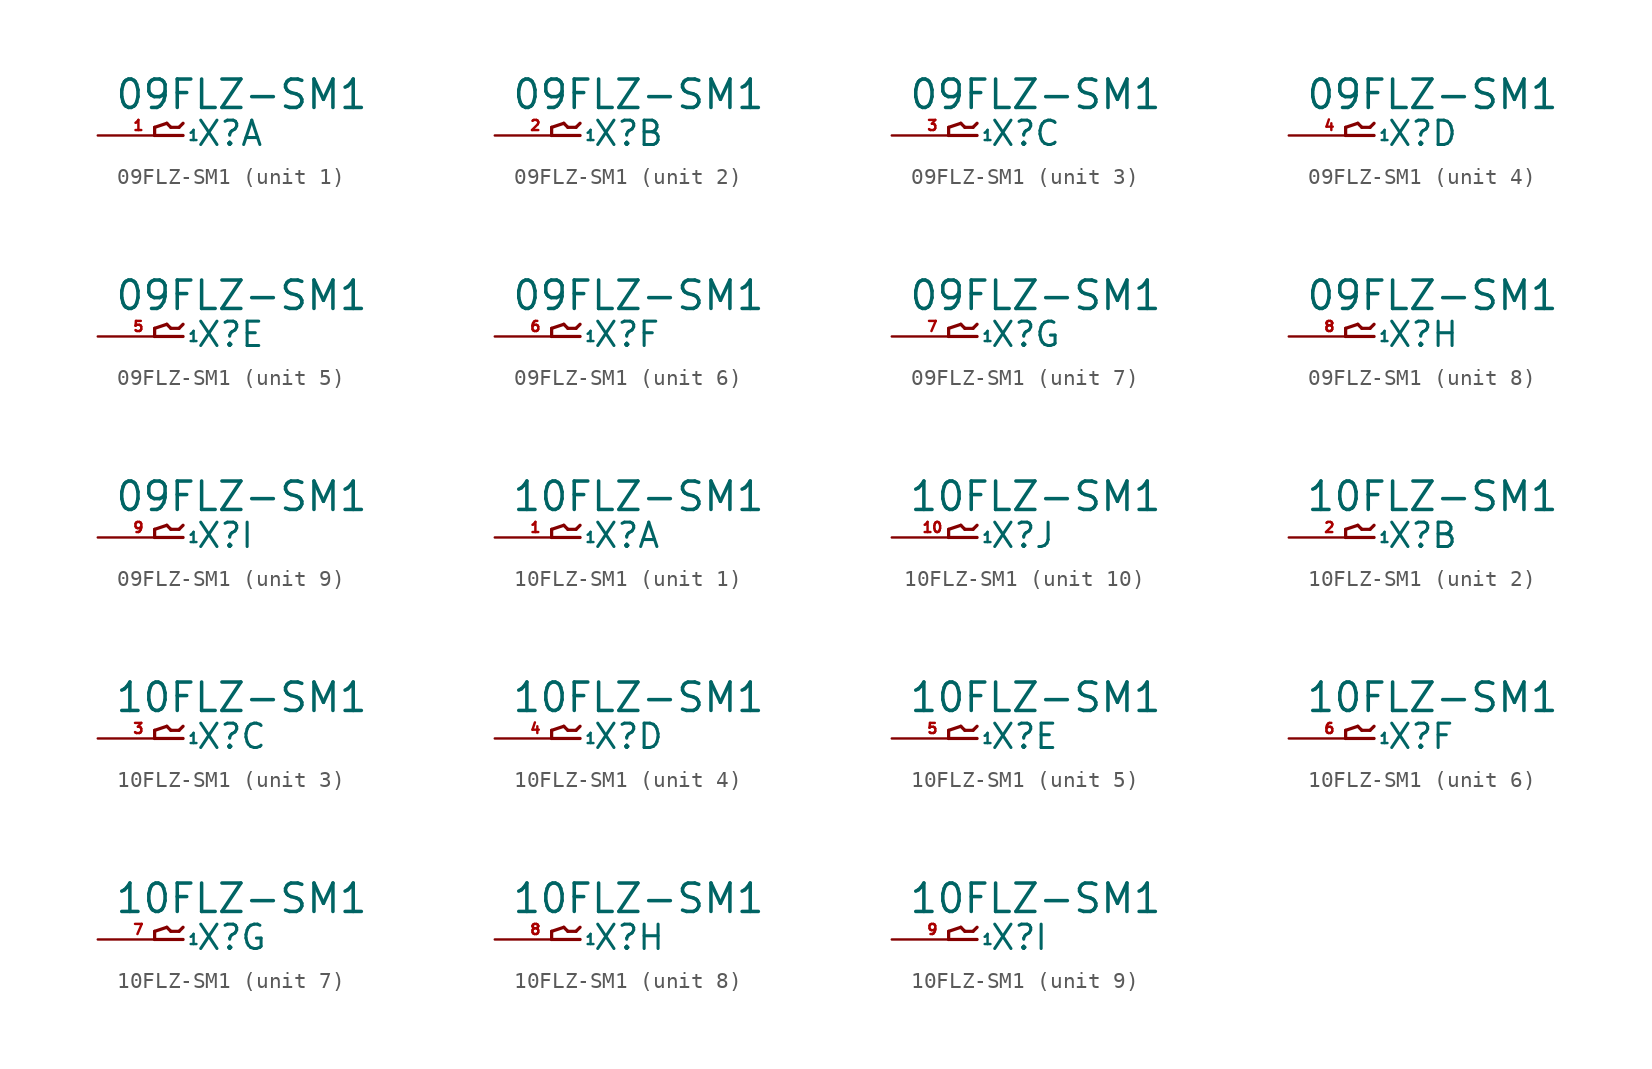
<source format=kicad_sym>
(kicad_symbol_lib
  (version 20220914)
  (generator Eagle2Kicad)
  (symbol "09FLZ-SM1"
    (property "Reference" "X"
      (at 1.016 -0.762 0)
      (effects (font (size 1.524 1.524) (thickness 0.19)) (justify left bottom)))
    (property "Value" "09FLZ-SM1"
      (at -4.064 1.524 0)
      (effects (font (size 1.778 1.778) (thickness 0.22)) (justify left bottom)))
    (symbol "09FLZ-SM1_1_0"
      (polyline (pts (xy 0.254 0) (xy -1.524 0)) (stroke (width 0.203) (type default)) (fill (type none)))
      (polyline (pts (xy -1.524 0) (xy -1.524 0.508)) (stroke (width 0.203) (type default)) (fill (type none)))
      (polyline (pts (xy -1.524 0.508) (xy -0.762 0.762)) (stroke (width 0.203) (type default)) (fill (type none)))
      (polyline (pts (xy -0.762 0.762) (xy -0.508 0.508)) (stroke (width 0.203) (type default)) (fill (type none)))
      (polyline (pts (xy -0.508 0.508) (xy 0 0.508)) (stroke (width 0.203) (type default)) (fill (type none)))
      (polyline (pts (xy 0 0.508) (xy 0.254 0.762)) (stroke (width 0.203) (type default)) (fill (type none)))
      (pin passive line (at -5.08 0 0) (length 5.08) (name "1" (effects (font (size 0.635 0.635) (thickness 0.08)) (justify left bottom))) (number "1" (effects (font (size 0.635 0.635) (thickness 0.08)) (justify left bottom)))))
    (symbol "09FLZ-SM1_2_0"
      (polyline (pts (xy 0.254 0) (xy -1.524 0)) (stroke (width 0.203) (type default)) (fill (type none)))
      (polyline (pts (xy -1.524 0) (xy -1.524 0.508)) (stroke (width 0.203) (type default)) (fill (type none)))
      (polyline (pts (xy -1.524 0.508) (xy -0.762 0.762)) (stroke (width 0.203) (type default)) (fill (type none)))
      (polyline (pts (xy -0.762 0.762) (xy -0.508 0.508)) (stroke (width 0.203) (type default)) (fill (type none)))
      (polyline (pts (xy -0.508 0.508) (xy 0 0.508)) (stroke (width 0.203) (type default)) (fill (type none)))
      (polyline (pts (xy 0 0.508) (xy 0.254 0.762)) (stroke (width 0.203) (type default)) (fill (type none)))
      (pin passive line (at -5.08 0 0) (length 5.08) (name "1" (effects (font (size 0.635 0.635) (thickness 0.08)) (justify left bottom))) (number "2" (effects (font (size 0.635 0.635) (thickness 0.08)) (justify left bottom)))))
    (symbol "09FLZ-SM1_3_0"
      (polyline (pts (xy 0.254 0) (xy -1.524 0)) (stroke (width 0.203) (type default)) (fill (type none)))
      (polyline (pts (xy -1.524 0) (xy -1.524 0.508)) (stroke (width 0.203) (type default)) (fill (type none)))
      (polyline (pts (xy -1.524 0.508) (xy -0.762 0.762)) (stroke (width 0.203) (type default)) (fill (type none)))
      (polyline (pts (xy -0.762 0.762) (xy -0.508 0.508)) (stroke (width 0.203) (type default)) (fill (type none)))
      (polyline (pts (xy -0.508 0.508) (xy 0 0.508)) (stroke (width 0.203) (type default)) (fill (type none)))
      (polyline (pts (xy 0 0.508) (xy 0.254 0.762)) (stroke (width 0.203) (type default)) (fill (type none)))
      (pin passive line (at -5.08 0 0) (length 5.08) (name "1" (effects (font (size 0.635 0.635) (thickness 0.08)) (justify left bottom))) (number "3" (effects (font (size 0.635 0.635) (thickness 0.08)) (justify left bottom)))))
    (symbol "09FLZ-SM1_4_0"
      (polyline (pts (xy 0.254 0) (xy -1.524 0)) (stroke (width 0.203) (type default)) (fill (type none)))
      (polyline (pts (xy -1.524 0) (xy -1.524 0.508)) (stroke (width 0.203) (type default)) (fill (type none)))
      (polyline (pts (xy -1.524 0.508) (xy -0.762 0.762)) (stroke (width 0.203) (type default)) (fill (type none)))
      (polyline (pts (xy -0.762 0.762) (xy -0.508 0.508)) (stroke (width 0.203) (type default)) (fill (type none)))
      (polyline (pts (xy -0.508 0.508) (xy 0 0.508)) (stroke (width 0.203) (type default)) (fill (type none)))
      (polyline (pts (xy 0 0.508) (xy 0.254 0.762)) (stroke (width 0.203) (type default)) (fill (type none)))
      (pin passive line (at -5.08 0 0) (length 5.08) (name "1" (effects (font (size 0.635 0.635) (thickness 0.08)) (justify left bottom))) (number "4" (effects (font (size 0.635 0.635) (thickness 0.08)) (justify left bottom)))))
    (symbol "09FLZ-SM1_5_0"
      (polyline (pts (xy 0.254 0) (xy -1.524 0)) (stroke (width 0.203) (type default)) (fill (type none)))
      (polyline (pts (xy -1.524 0) (xy -1.524 0.508)) (stroke (width 0.203) (type default)) (fill (type none)))
      (polyline (pts (xy -1.524 0.508) (xy -0.762 0.762)) (stroke (width 0.203) (type default)) (fill (type none)))
      (polyline (pts (xy -0.762 0.762) (xy -0.508 0.508)) (stroke (width 0.203) (type default)) (fill (type none)))
      (polyline (pts (xy -0.508 0.508) (xy 0 0.508)) (stroke (width 0.203) (type default)) (fill (type none)))
      (polyline (pts (xy 0 0.508) (xy 0.254 0.762)) (stroke (width 0.203) (type default)) (fill (type none)))
      (pin passive line (at -5.08 0 0) (length 5.08) (name "1" (effects (font (size 0.635 0.635) (thickness 0.08)) (justify left bottom))) (number "5" (effects (font (size 0.635 0.635) (thickness 0.08)) (justify left bottom)))))
    (symbol "09FLZ-SM1_6_0"
      (polyline (pts (xy 0.254 0) (xy -1.524 0)) (stroke (width 0.203) (type default)) (fill (type none)))
      (polyline (pts (xy -1.524 0) (xy -1.524 0.508)) (stroke (width 0.203) (type default)) (fill (type none)))
      (polyline (pts (xy -1.524 0.508) (xy -0.762 0.762)) (stroke (width 0.203) (type default)) (fill (type none)))
      (polyline (pts (xy -0.762 0.762) (xy -0.508 0.508)) (stroke (width 0.203) (type default)) (fill (type none)))
      (polyline (pts (xy -0.508 0.508) (xy 0 0.508)) (stroke (width 0.203) (type default)) (fill (type none)))
      (polyline (pts (xy 0 0.508) (xy 0.254 0.762)) (stroke (width 0.203) (type default)) (fill (type none)))
      (pin passive line (at -5.08 0 0) (length 5.08) (name "1" (effects (font (size 0.635 0.635) (thickness 0.08)) (justify left bottom))) (number "6" (effects (font (size 0.635 0.635) (thickness 0.08)) (justify left bottom)))))
    (symbol "09FLZ-SM1_7_0"
      (polyline (pts (xy 0.254 0) (xy -1.524 0)) (stroke (width 0.203) (type default)) (fill (type none)))
      (polyline (pts (xy -1.524 0) (xy -1.524 0.508)) (stroke (width 0.203) (type default)) (fill (type none)))
      (polyline (pts (xy -1.524 0.508) (xy -0.762 0.762)) (stroke (width 0.203) (type default)) (fill (type none)))
      (polyline (pts (xy -0.762 0.762) (xy -0.508 0.508)) (stroke (width 0.203) (type default)) (fill (type none)))
      (polyline (pts (xy -0.508 0.508) (xy 0 0.508)) (stroke (width 0.203) (type default)) (fill (type none)))
      (polyline (pts (xy 0 0.508) (xy 0.254 0.762)) (stroke (width 0.203) (type default)) (fill (type none)))
      (pin passive line (at -5.08 0 0) (length 5.08) (name "1" (effects (font (size 0.635 0.635) (thickness 0.08)) (justify left bottom))) (number "7" (effects (font (size 0.635 0.635) (thickness 0.08)) (justify left bottom)))))
    (symbol "09FLZ-SM1_8_0"
      (polyline (pts (xy 0.254 0) (xy -1.524 0)) (stroke (width 0.203) (type default)) (fill (type none)))
      (polyline (pts (xy -1.524 0) (xy -1.524 0.508)) (stroke (width 0.203) (type default)) (fill (type none)))
      (polyline (pts (xy -1.524 0.508) (xy -0.762 0.762)) (stroke (width 0.203) (type default)) (fill (type none)))
      (polyline (pts (xy -0.762 0.762) (xy -0.508 0.508)) (stroke (width 0.203) (type default)) (fill (type none)))
      (polyline (pts (xy -0.508 0.508) (xy 0 0.508)) (stroke (width 0.203) (type default)) (fill (type none)))
      (polyline (pts (xy 0 0.508) (xy 0.254 0.762)) (stroke (width 0.203) (type default)) (fill (type none)))
      (pin passive line (at -5.08 0 0) (length 5.08) (name "1" (effects (font (size 0.635 0.635) (thickness 0.08)) (justify left bottom))) (number "8" (effects (font (size 0.635 0.635) (thickness 0.08)) (justify left bottom)))))
    (symbol "09FLZ-SM1_9_0"
      (polyline (pts (xy 0.254 0) (xy -1.524 0)) (stroke (width 0.203) (type default)) (fill (type none)))
      (polyline (pts (xy -1.524 0) (xy -1.524 0.508)) (stroke (width 0.203) (type default)) (fill (type none)))
      (polyline (pts (xy -1.524 0.508) (xy -0.762 0.762)) (stroke (width 0.203) (type default)) (fill (type none)))
      (polyline (pts (xy -0.762 0.762) (xy -0.508 0.508)) (stroke (width 0.203) (type default)) (fill (type none)))
      (polyline (pts (xy -0.508 0.508) (xy 0 0.508)) (stroke (width 0.203) (type default)) (fill (type none)))
      (polyline (pts (xy 0 0.508) (xy 0.254 0.762)) (stroke (width 0.203) (type default)) (fill (type none)))
      (pin passive line (at -5.08 0 0) (length 5.08) (name "1" (effects (font (size 0.635 0.635) (thickness 0.08)) (justify left bottom))) (number "9" (effects (font (size 0.635 0.635) (thickness 0.08)) (justify left bottom))))))
  (symbol "10FLZ-SM1"
    (property "Reference" "X"
      (at 1.016 -0.762 0)
      (effects (font (size 1.524 1.524) (thickness 0.19)) (justify left bottom)))
    (property "Value" "10FLZ-SM1"
      (at -4.064 1.524 0)
      (effects (font (size 1.778 1.778) (thickness 0.22)) (justify left bottom)))
    (symbol "10FLZ-SM1_1_0"
      (polyline (pts (xy 0.254 0) (xy -1.524 0)) (stroke (width 0.203) (type default)) (fill (type none)))
      (polyline (pts (xy -1.524 0) (xy -1.524 0.508)) (stroke (width 0.203) (type default)) (fill (type none)))
      (polyline (pts (xy -1.524 0.508) (xy -0.762 0.762)) (stroke (width 0.203) (type default)) (fill (type none)))
      (polyline (pts (xy -0.762 0.762) (xy -0.508 0.508)) (stroke (width 0.203) (type default)) (fill (type none)))
      (polyline (pts (xy -0.508 0.508) (xy 0 0.508)) (stroke (width 0.203) (type default)) (fill (type none)))
      (polyline (pts (xy 0 0.508) (xy 0.254 0.762)) (stroke (width 0.203) (type default)) (fill (type none)))
      (pin passive line (at -5.08 0 0) (length 5.08) (name "1" (effects (font (size 0.635 0.635) (thickness 0.08)) (justify left bottom))) (number "1" (effects (font (size 0.635 0.635) (thickness 0.08)) (justify left bottom)))))
    (symbol "10FLZ-SM1_2_0"
      (polyline (pts (xy 0.254 0) (xy -1.524 0)) (stroke (width 0.203) (type default)) (fill (type none)))
      (polyline (pts (xy -1.524 0) (xy -1.524 0.508)) (stroke (width 0.203) (type default)) (fill (type none)))
      (polyline (pts (xy -1.524 0.508) (xy -0.762 0.762)) (stroke (width 0.203) (type default)) (fill (type none)))
      (polyline (pts (xy -0.762 0.762) (xy -0.508 0.508)) (stroke (width 0.203) (type default)) (fill (type none)))
      (polyline (pts (xy -0.508 0.508) (xy 0 0.508)) (stroke (width 0.203) (type default)) (fill (type none)))
      (polyline (pts (xy 0 0.508) (xy 0.254 0.762)) (stroke (width 0.203) (type default)) (fill (type none)))
      (pin passive line (at -5.08 0 0) (length 5.08) (name "1" (effects (font (size 0.635 0.635) (thickness 0.08)) (justify left bottom))) (number "2" (effects (font (size 0.635 0.635) (thickness 0.08)) (justify left bottom)))))
    (symbol "10FLZ-SM1_3_0"
      (polyline (pts (xy 0.254 0) (xy -1.524 0)) (stroke (width 0.203) (type default)) (fill (type none)))
      (polyline (pts (xy -1.524 0) (xy -1.524 0.508)) (stroke (width 0.203) (type default)) (fill (type none)))
      (polyline (pts (xy -1.524 0.508) (xy -0.762 0.762)) (stroke (width 0.203) (type default)) (fill (type none)))
      (polyline (pts (xy -0.762 0.762) (xy -0.508 0.508)) (stroke (width 0.203) (type default)) (fill (type none)))
      (polyline (pts (xy -0.508 0.508) (xy 0 0.508)) (stroke (width 0.203) (type default)) (fill (type none)))
      (polyline (pts (xy 0 0.508) (xy 0.254 0.762)) (stroke (width 0.203) (type default)) (fill (type none)))
      (pin passive line (at -5.08 0 0) (length 5.08) (name "1" (effects (font (size 0.635 0.635) (thickness 0.08)) (justify left bottom))) (number "3" (effects (font (size 0.635 0.635) (thickness 0.08)) (justify left bottom)))))
    (symbol "10FLZ-SM1_4_0"
      (polyline (pts (xy 0.254 0) (xy -1.524 0)) (stroke (width 0.203) (type default)) (fill (type none)))
      (polyline (pts (xy -1.524 0) (xy -1.524 0.508)) (stroke (width 0.203) (type default)) (fill (type none)))
      (polyline (pts (xy -1.524 0.508) (xy -0.762 0.762)) (stroke (width 0.203) (type default)) (fill (type none)))
      (polyline (pts (xy -0.762 0.762) (xy -0.508 0.508)) (stroke (width 0.203) (type default)) (fill (type none)))
      (polyline (pts (xy -0.508 0.508) (xy 0 0.508)) (stroke (width 0.203) (type default)) (fill (type none)))
      (polyline (pts (xy 0 0.508) (xy 0.254 0.762)) (stroke (width 0.203) (type default)) (fill (type none)))
      (pin passive line (at -5.08 0 0) (length 5.08) (name "1" (effects (font (size 0.635 0.635) (thickness 0.08)) (justify left bottom))) (number "4" (effects (font (size 0.635 0.635) (thickness 0.08)) (justify left bottom)))))
    (symbol "10FLZ-SM1_5_0"
      (polyline (pts (xy 0.254 0) (xy -1.524 0)) (stroke (width 0.203) (type default)) (fill (type none)))
      (polyline (pts (xy -1.524 0) (xy -1.524 0.508)) (stroke (width 0.203) (type default)) (fill (type none)))
      (polyline (pts (xy -1.524 0.508) (xy -0.762 0.762)) (stroke (width 0.203) (type default)) (fill (type none)))
      (polyline (pts (xy -0.762 0.762) (xy -0.508 0.508)) (stroke (width 0.203) (type default)) (fill (type none)))
      (polyline (pts (xy -0.508 0.508) (xy 0 0.508)) (stroke (width 0.203) (type default)) (fill (type none)))
      (polyline (pts (xy 0 0.508) (xy 0.254 0.762)) (stroke (width 0.203) (type default)) (fill (type none)))
      (pin passive line (at -5.08 0 0) (length 5.08) (name "1" (effects (font (size 0.635 0.635) (thickness 0.08)) (justify left bottom))) (number "5" (effects (font (size 0.635 0.635) (thickness 0.08)) (justify left bottom)))))
    (symbol "10FLZ-SM1_6_0"
      (polyline (pts (xy 0.254 0) (xy -1.524 0)) (stroke (width 0.203) (type default)) (fill (type none)))
      (polyline (pts (xy -1.524 0) (xy -1.524 0.508)) (stroke (width 0.203) (type default)) (fill (type none)))
      (polyline (pts (xy -1.524 0.508) (xy -0.762 0.762)) (stroke (width 0.203) (type default)) (fill (type none)))
      (polyline (pts (xy -0.762 0.762) (xy -0.508 0.508)) (stroke (width 0.203) (type default)) (fill (type none)))
      (polyline (pts (xy -0.508 0.508) (xy 0 0.508)) (stroke (width 0.203) (type default)) (fill (type none)))
      (polyline (pts (xy 0 0.508) (xy 0.254 0.762)) (stroke (width 0.203) (type default)) (fill (type none)))
      (pin passive line (at -5.08 0 0) (length 5.08) (name "1" (effects (font (size 0.635 0.635) (thickness 0.08)) (justify left bottom))) (number "6" (effects (font (size 0.635 0.635) (thickness 0.08)) (justify left bottom)))))
    (symbol "10FLZ-SM1_7_0"
      (polyline (pts (xy 0.254 0) (xy -1.524 0)) (stroke (width 0.203) (type default)) (fill (type none)))
      (polyline (pts (xy -1.524 0) (xy -1.524 0.508)) (stroke (width 0.203) (type default)) (fill (type none)))
      (polyline (pts (xy -1.524 0.508) (xy -0.762 0.762)) (stroke (width 0.203) (type default)) (fill (type none)))
      (polyline (pts (xy -0.762 0.762) (xy -0.508 0.508)) (stroke (width 0.203) (type default)) (fill (type none)))
      (polyline (pts (xy -0.508 0.508) (xy 0 0.508)) (stroke (width 0.203) (type default)) (fill (type none)))
      (polyline (pts (xy 0 0.508) (xy 0.254 0.762)) (stroke (width 0.203) (type default)) (fill (type none)))
      (pin passive line (at -5.08 0 0) (length 5.08) (name "1" (effects (font (size 0.635 0.635) (thickness 0.08)) (justify left bottom))) (number "7" (effects (font (size 0.635 0.635) (thickness 0.08)) (justify left bottom)))))
    (symbol "10FLZ-SM1_8_0"
      (polyline (pts (xy 0.254 0) (xy -1.524 0)) (stroke (width 0.203) (type default)) (fill (type none)))
      (polyline (pts (xy -1.524 0) (xy -1.524 0.508)) (stroke (width 0.203) (type default)) (fill (type none)))
      (polyline (pts (xy -1.524 0.508) (xy -0.762 0.762)) (stroke (width 0.203) (type default)) (fill (type none)))
      (polyline (pts (xy -0.762 0.762) (xy -0.508 0.508)) (stroke (width 0.203) (type default)) (fill (type none)))
      (polyline (pts (xy -0.508 0.508) (xy 0 0.508)) (stroke (width 0.203) (type default)) (fill (type none)))
      (polyline (pts (xy 0 0.508) (xy 0.254 0.762)) (stroke (width 0.203) (type default)) (fill (type none)))
      (pin passive line (at -5.08 0 0) (length 5.08) (name "1" (effects (font (size 0.635 0.635) (thickness 0.08)) (justify left bottom))) (number "8" (effects (font (size 0.635 0.635) (thickness 0.08)) (justify left bottom)))))
    (symbol "10FLZ-SM1_9_0"
      (polyline (pts (xy 0.254 0) (xy -1.524 0)) (stroke (width 0.203) (type default)) (fill (type none)))
      (polyline (pts (xy -1.524 0) (xy -1.524 0.508)) (stroke (width 0.203) (type default)) (fill (type none)))
      (polyline (pts (xy -1.524 0.508) (xy -0.762 0.762)) (stroke (width 0.203) (type default)) (fill (type none)))
      (polyline (pts (xy -0.762 0.762) (xy -0.508 0.508)) (stroke (width 0.203) (type default)) (fill (type none)))
      (polyline (pts (xy -0.508 0.508) (xy 0 0.508)) (stroke (width 0.203) (type default)) (fill (type none)))
      (polyline (pts (xy 0 0.508) (xy 0.254 0.762)) (stroke (width 0.203) (type default)) (fill (type none)))
      (pin passive line (at -5.08 0 0) (length 5.08) (name "1" (effects (font (size 0.635 0.635) (thickness 0.08)) (justify left bottom))) (number "9" (effects (font (size 0.635 0.635) (thickness 0.08)) (justify left bottom)))))
    (symbol "10FLZ-SM1_10_0"
      (polyline (pts (xy 0.254 0) (xy -1.524 0)) (stroke (width 0.203) (type default)) (fill (type none)))
      (polyline (pts (xy -1.524 0) (xy -1.524 0.508)) (stroke (width 0.203) (type default)) (fill (type none)))
      (polyline (pts (xy -1.524 0.508) (xy -0.762 0.762)) (stroke (width 0.203) (type default)) (fill (type none)))
      (polyline (pts (xy -0.762 0.762) (xy -0.508 0.508)) (stroke (width 0.203) (type default)) (fill (type none)))
      (polyline (pts (xy -0.508 0.508) (xy 0 0.508)) (stroke (width 0.203) (type default)) (fill (type none)))
      (polyline (pts (xy 0 0.508) (xy 0.254 0.762)) (stroke (width 0.203) (type default)) (fill (type none)))
      (pin passive line (at -5.08 0 0) (length 5.08) (name "1" (effects (font (size 0.635 0.635) (thickness 0.08)) (justify left bottom))) (number "10" (effects (font (size 0.635 0.635) (thickness 0.08)) (justify left bottom)))))))
</source>
